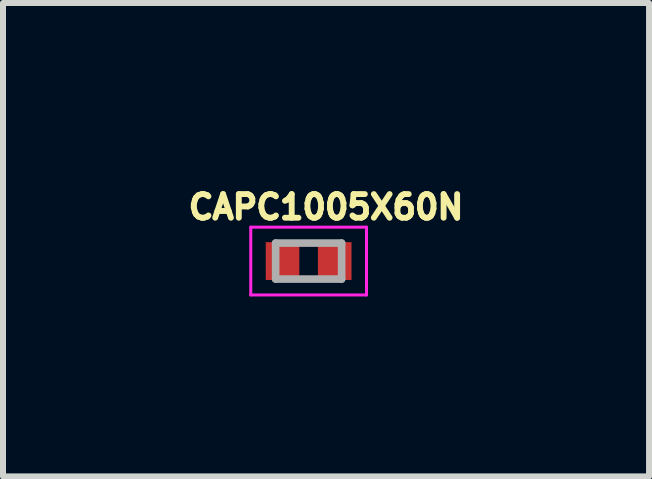
<source format=kicad_pcb>
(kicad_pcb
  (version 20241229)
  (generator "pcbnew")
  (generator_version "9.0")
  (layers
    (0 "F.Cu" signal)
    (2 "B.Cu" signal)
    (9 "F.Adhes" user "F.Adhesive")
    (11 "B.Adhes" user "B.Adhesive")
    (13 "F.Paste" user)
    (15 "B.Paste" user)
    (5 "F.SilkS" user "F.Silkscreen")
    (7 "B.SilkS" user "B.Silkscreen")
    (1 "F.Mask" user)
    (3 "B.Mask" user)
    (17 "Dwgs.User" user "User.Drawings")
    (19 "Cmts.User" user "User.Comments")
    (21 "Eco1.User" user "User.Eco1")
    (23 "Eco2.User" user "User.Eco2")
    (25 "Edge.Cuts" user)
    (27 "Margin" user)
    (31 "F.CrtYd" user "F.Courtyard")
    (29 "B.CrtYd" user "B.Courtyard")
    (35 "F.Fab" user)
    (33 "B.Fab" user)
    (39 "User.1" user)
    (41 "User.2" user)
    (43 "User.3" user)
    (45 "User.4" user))
  (footprint "CAPC1005X60N"
    (layer "F.Cu")
    (at 2.096 1.303)
    (property "Reference" "CAPC1005X60N" (at 0.29 -0.9 0) (layer "F.SilkS") (effects (font (size 0.394 0.394) (thickness 0.098))))
    (attr smd)
    (fp_line (start -0.965 -0.565) (end 0.965 -0.565) (stroke (width 0.05) (type solid)) (layer "F.CrtYd"))
    (fp_line (start -0.965 0.565) (end -0.965 -0.565) (stroke (width 0.05) (type solid)) (layer "F.CrtYd"))
    (fp_line (start -0.965 0.565) (end 0.965 0.565) (stroke (width 0.05) (type solid)) (layer "F.CrtYd"))
    (fp_line (start 0.965 0.565) (end 0.965 -0.565) (stroke (width 0.05) (type solid)) (layer "F.CrtYd"))
    (fp_line (start -0.55 0.3) (end -0.55 -0.3) (stroke (width 0.127) (type solid)) (layer "F.Fab"))
    (fp_line (start 0.55 -0.3) (end -0.55 -0.3) (stroke (width 0.127) (type solid)) (layer "F.Fab"))
    (fp_line (start 0.55 0.3) (end -0.55 0.3) (stroke (width 0.127) (type solid)) (layer "F.Fab"))
    (fp_line (start 0.55 0.3) (end 0.55 -0.3) (stroke (width 0.127) (type solid)) (layer "F.Fab"))
    (pad "1" smd rect (at -0.435 0) (size 0.56 0.63) (layers "F.Cu" "F.Mask" "F.Paste"))
    (pad "2" smd rect (at 0.435 0) (size 0.56 0.63) (layers "F.Cu" "F.Mask" "F.Paste")))
  (gr_rect
    (start -3 -3)
    (end 7.772 4.893)
    (stroke (width 0.1) (type default))
    (fill no)
    (layer "Edge.Cuts")))
</source>
